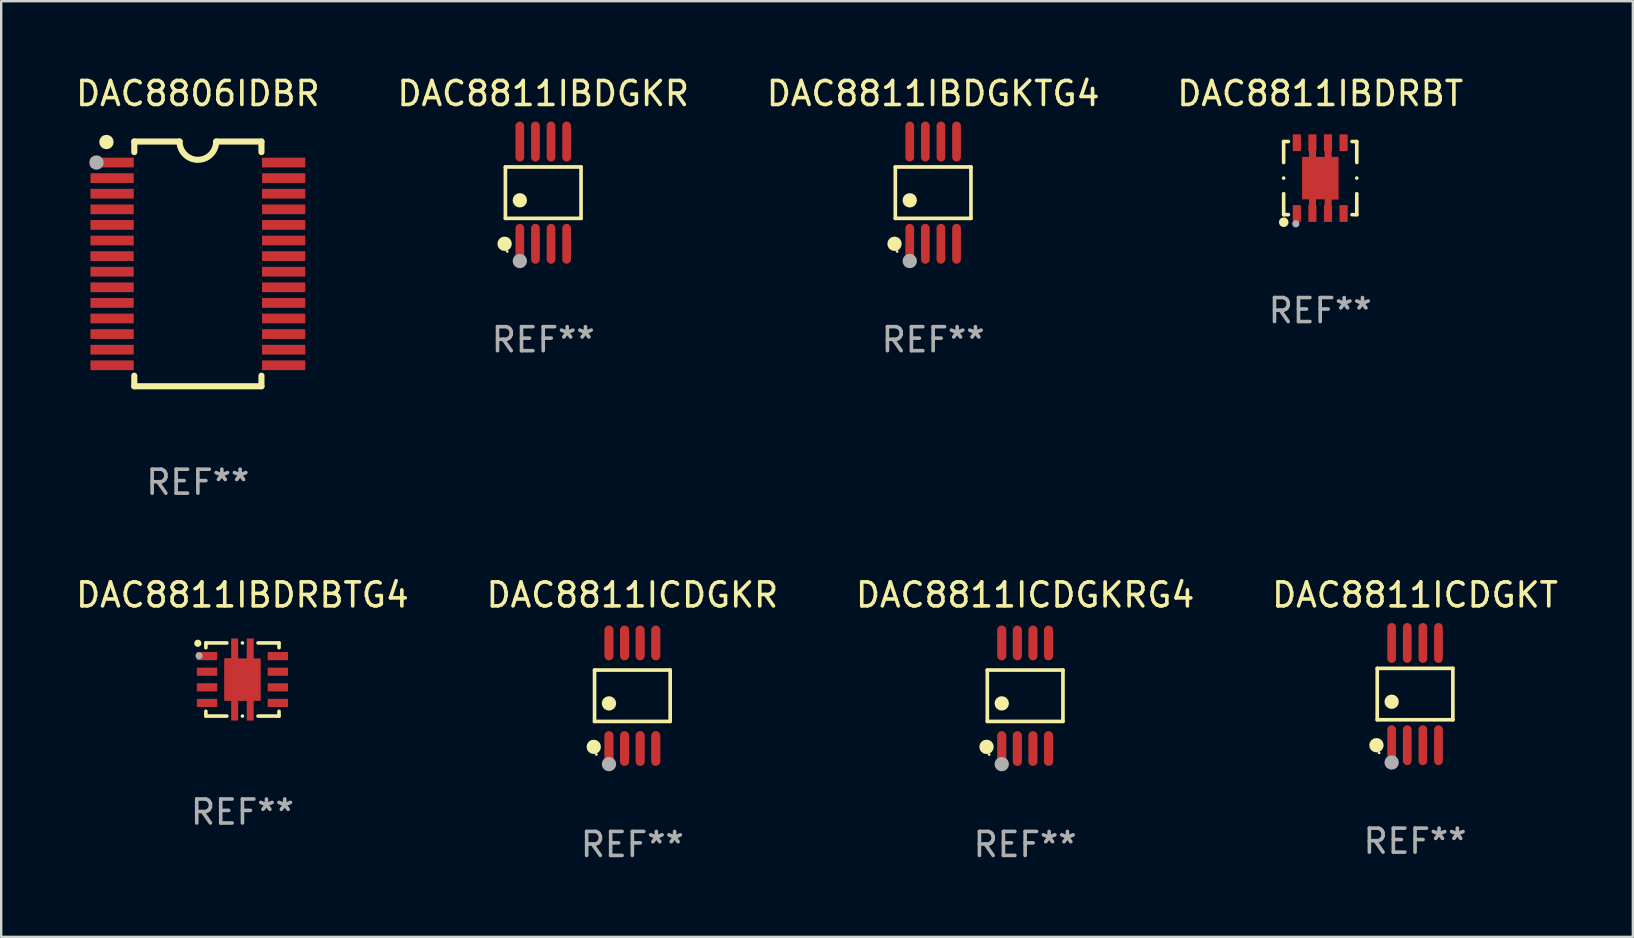
<source format=kicad_pcb>
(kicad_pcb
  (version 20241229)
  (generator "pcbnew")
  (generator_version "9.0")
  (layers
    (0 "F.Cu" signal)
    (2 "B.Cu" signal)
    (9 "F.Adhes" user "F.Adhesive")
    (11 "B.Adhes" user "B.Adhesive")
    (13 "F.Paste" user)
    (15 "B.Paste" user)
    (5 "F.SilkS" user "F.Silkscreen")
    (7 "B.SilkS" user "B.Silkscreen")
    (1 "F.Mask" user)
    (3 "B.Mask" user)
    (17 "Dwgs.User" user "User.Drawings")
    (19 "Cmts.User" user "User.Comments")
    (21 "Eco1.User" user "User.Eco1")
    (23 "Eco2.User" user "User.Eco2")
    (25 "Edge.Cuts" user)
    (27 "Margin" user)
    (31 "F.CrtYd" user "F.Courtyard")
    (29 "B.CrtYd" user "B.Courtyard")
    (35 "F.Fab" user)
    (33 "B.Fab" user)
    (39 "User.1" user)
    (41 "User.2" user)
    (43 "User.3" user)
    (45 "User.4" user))
  (footprint "DAC8811IBDRBT"
    (layer "F.Cu")
    (at 51.97 4.372)
    (property "Reference" "DAC8811IBDRBT" (at 0 -3.524 0) (layer "F.SilkS") (effects (font (size 1 1) (thickness 0.15))))
    (attr through_hole)
    (fp_line (start -1.524 -1.524) (end -1.524 -0.649) (stroke (width 0.15) (type solid)) (layer "F.SilkS"))
    (fp_line (start -1.524 -0.001) (end -1.524 0.001) (stroke (width 0.15) (type solid)) (layer "F.SilkS"))
    (fp_line (start -1.524 0.649) (end -1.524 1.524) (stroke (width 0.15) (type solid)) (layer "F.SilkS"))
    (fp_line (start -1.524 1.524) (end -1.325 1.524) (stroke (width 0.15) (type solid)) (layer "F.SilkS"))
    (fp_line (start -1.325 -1.524) (end -1.524 -1.524) (stroke (width 0.15) (type solid)) (layer "F.SilkS"))
    (fp_line (start 1.325 1.524) (end 1.524 1.524) (stroke (width 0.15) (type solid)) (layer "F.SilkS"))
    (fp_line (start 1.524 -1.524) (end 1.325 -1.524) (stroke (width 0.15) (type solid)) (layer "F.SilkS"))
    (fp_line (start 1.524 -0.649) (end 1.524 -1.524) (stroke (width 0.15) (type solid)) (layer "F.SilkS"))
    (fp_line (start 1.524 0.001) (end 1.524 -0.001) (stroke (width 0.15) (type solid)) (layer "F.SilkS"))
    (fp_line (start 1.524 1.524) (end 1.524 0.649) (stroke (width 0.15) (type solid)) (layer "F.SilkS"))
    (fp_circle (center -1.52 1.84) (end -1.42 1.84) (stroke (width 0.2) (type solid)) (fill no) (layer "F.SilkS"))
    (fp_circle (center -1.5 1.526) (end -1.47 1.526) (stroke (width 0.06) (type solid)) (fill no) (layer "F.SilkS"))
    (fp_circle (center -1.016 1.905) (end -0.941 1.905) (stroke (width 0.15) (type solid)) (fill no) (layer "F.Fab"))
    (fp_text user "REF**" (at 0 5.524 0) (layer "F.Fab") (effects (font (size 1 1) (thickness 0.15))))
    (pad "1" smd rect (at -0.975 1.476) (size 0.34 0.7) (layers "F.Cu" "F.Mask" "F.Paste"))
    (pad "2" smd rect (at -0.325 1.476) (size 0.34 0.7) (layers "F.Cu" "F.Mask" "F.Paste"))
    (pad "3" smd rect (at 0.325 1.476) (size 0.34 0.7) (layers "F.Cu" "F.Mask" "F.Paste"))
    (pad "4" smd rect (at 0.975 1.476) (size 0.34 0.7) (layers "F.Cu" "F.Mask" "F.Paste"))
    (pad "5" smd rect (at 0.975 -1.476 180) (size 0.34 0.7) (layers "F.Cu" "F.Mask" "F.Paste"))
    (pad "6" smd rect (at 0.325 -1.476 180) (size 0.34 0.7) (layers "F.Cu" "F.Mask" "F.Paste"))
    (pad "7" smd rect (at -0.325 -1.476 180) (size 0.34 0.7) (layers "F.Cu" "F.Mask" "F.Paste"))
    (pad "8" smd rect (at -0.975 -1.476 180) (size 0.34 0.7) (layers "F.Cu" "F.Mask" "F.Paste"))
    (pad "9" smd custom (at 0.005 0 90) (size 1.52 3.42) (layers "F.Cu" "F.Mask" "F.Paste") (options (anchor circle)) (primitives (gr_poly (pts (xy -0.895 0.76) (xy -0.895 0.47) (xy -1.715 0.47) (xy -1.715 0.18) (xy -0.885 0.18) (xy -0.885 -0.18) (xy -1.715 -0.18) (xy -1.715 -0.47) (xy -0.885 -0.47) (xy -0.885 -0.76) (xy 0.885 -0.76) (xy 0.885 -0.47) (xy 1.705 -0.47) (xy 1.705 -0.18) (xy 0.885 -0.18) (xy 0.885 0.18) (xy 1.705 0.18) (xy 1.705 0.47) (xy 0.885 0.47) (xy 0.885 0.76) (xy -0.895 0.76) (xy -0.895 0.76)) (width 0) (fill yes)))))
  (footprint "DAC8811ICDGKR"
    (layer "F.Cu")
    (at 23.304 25.945)
    (property "Reference" "DAC8811ICDGKR" (at 0 -4.2 0) (layer "F.SilkS") (effects (font (size 1 1) (thickness 0.15))))
    (attr through_hole)
    (fp_line (start -1.576 -1.071) (end 1.576 -1.071) (stroke (width 0.152) (type solid)) (layer "F.SilkS"))
    (fp_line (start -1.576 1.071) (end -1.576 -1.071) (stroke (width 0.152) (type solid)) (layer "F.SilkS"))
    (fp_line (start 1.576 -1.071) (end 1.576 1.071) (stroke (width 0.152) (type solid)) (layer "F.SilkS"))
    (fp_line (start 1.576 1.071) (end -1.576 1.071) (stroke (width 0.152) (type solid)) (layer "F.SilkS"))
    (fp_circle (center -1.609 2.131) (end -1.459 2.131) (stroke (width 0.3) (type solid)) (fill no) (layer "F.SilkS"))
    (fp_circle (center -1.5 2.45) (end -1.47 2.45) (stroke (width 0.06) (type solid)) (fill no) (layer "F.SilkS"))
    (fp_circle (center -0.975 0.319) (end -0.825 0.319) (stroke (width 0.3) (type solid)) (fill no) (layer "F.SilkS"))
    (fp_circle (center -0.975 2.85) (end -0.825 2.85) (stroke (width 0.3) (type solid)) (fill no) (layer "F.Fab"))
    (fp_text user "REF**" (at 0 6.2 0) (layer "F.Fab") (effects (font (size 1 1) (thickness 0.15))))
    (pad "1" smd oval (at -0.975 2.2) (size 0.38 1.45) (layers "F.Cu" "F.Mask" "F.Paste"))
    (pad "2" smd oval (at -0.325 2.2) (size 0.38 1.45) (layers "F.Cu" "F.Mask" "F.Paste"))
    (pad "3" smd oval (at 0.325 2.2) (size 0.38 1.45) (layers "F.Cu" "F.Mask" "F.Paste"))
    (pad "4" smd oval (at 0.975 2.2) (size 0.38 1.45) (layers "F.Cu" "F.Mask" "F.Paste"))
    (pad "5" smd oval (at 0.975 -2.2) (size 0.38 1.45) (layers "F.Cu" "F.Mask" "F.Paste"))
    (pad "6" smd oval (at 0.325 -2.2) (size 0.38 1.45) (layers "F.Cu" "F.Mask" "F.Paste"))
    (pad "7" smd oval (at -0.325 -2.2) (size 0.38 1.45) (layers "F.Cu" "F.Mask" "F.Paste"))
    (pad "8" smd oval (at -0.975 -2.2) (size 0.38 1.45) (layers "F.Cu" "F.Mask" "F.Paste")))
  (footprint "DAC8806IDBR"
    (layer "F.Cu")
    (at 5.196 7.948)
    (property "Reference" "DAC8806IDBR" (at 0 -7.1 0) (layer "F.SilkS") (effects (font (size 1 1) (thickness 0.15))))
    (attr through_hole)
    (fp_line (start -2.65 -5.1) (end -0.762 -5.1) (stroke (width 0.254) (type solid)) (layer "F.SilkS"))
    (fp_line (start -2.65 -4.658) (end -2.65 -5.1) (stroke (width 0.254) (type solid)) (layer "F.SilkS"))
    (fp_line (start -2.65 5.1) (end -2.65 4.658) (stroke (width 0.254) (type solid)) (layer "F.SilkS"))
    (fp_line (start -2.65 5.1) (end 2.65 5.1) (stroke (width 0.254) (type solid)) (layer "F.SilkS"))
    (fp_line (start 2.65 -5.1) (end 0.762 -5.1) (stroke (width 0.254) (type solid)) (layer "F.SilkS"))
    (fp_line (start 2.65 -5.1) (end 2.65 -4.658) (stroke (width 0.254) (type solid)) (layer "F.SilkS"))
    (fp_line (start 2.65 4.658) (end 2.65 5.1) (stroke (width 0.254) (type solid)) (layer "F.SilkS"))
    (fp_arc (start 0.761925 -5.1) (mid -0.000241 -4.338329) (end -0.762077 -5.10033) (stroke (width 0.254001) (type solid)) (layer "F.SilkS"))
    (fp_circle (center -3.858 -5.07) (end -3.828 -5.07) (stroke (width 0.06) (type solid)) (fill no) (layer "F.SilkS"))
    (fp_circle (center -3.81 -5.08) (end -3.66 -5.08) (stroke (width 0.3) (type solid)) (fill no) (layer "F.SilkS"))
    (fp_circle (center -4.225 -4.225) (end -4.075 -4.225) (stroke (width 0.3) (type solid)) (fill no) (layer "F.Fab"))
    (fp_text user "REF**" (at 0 9.1 0) (layer "F.Fab") (effects (font (size 1 1) (thickness 0.15))))
    (pad "1" smd rect (at -3.575 -4.225) (size 1.803 0.406) (layers "F.Cu" "F.Mask" "F.Paste"))
    (pad "2" smd rect (at -3.575 -3.575) (size 1.803 0.406) (layers "F.Cu" "F.Mask" "F.Paste"))
    (pad "3" smd rect (at -3.575 -2.925) (size 1.803 0.406) (layers "F.Cu" "F.Mask" "F.Paste"))
    (pad "4" smd rect (at -3.575 -2.275) (size 1.803 0.406) (layers "F.Cu" "F.Mask" "F.Paste"))
    (pad "5" smd rect (at -3.575 -1.625) (size 1.803 0.406) (layers "F.Cu" "F.Mask" "F.Paste"))
    (pad "6" smd rect (at -3.575 -0.975) (size 1.803 0.406) (layers "F.Cu" "F.Mask" "F.Paste"))
    (pad "7" smd rect (at -3.575 -0.325) (size 1.803 0.406) (layers "F.Cu" "F.Mask" "F.Paste"))
    (pad "8" smd rect (at -3.575 0.325) (size 1.803 0.406) (layers "F.Cu" "F.Mask" "F.Paste"))
    (pad "9" smd rect (at -3.575 0.975) (size 1.803 0.406) (layers "F.Cu" "F.Mask" "F.Paste"))
    (pad "10" smd rect (at -3.575 1.625) (size 1.803 0.406) (layers "F.Cu" "F.Mask" "F.Paste"))
    (pad "11" smd rect (at -3.575 2.275) (size 1.803 0.406) (layers "F.Cu" "F.Mask" "F.Paste"))
    (pad "12" smd rect (at -3.575 2.925) (size 1.803 0.406) (layers "F.Cu" "F.Mask" "F.Paste"))
    (pad "13" smd rect (at -3.575 3.575) (size 1.803 0.406) (layers "F.Cu" "F.Mask" "F.Paste"))
    (pad "14" smd rect (at -3.575 4.225) (size 1.803 0.406) (layers "F.Cu" "F.Mask" "F.Paste"))
    (pad "15" smd rect (at 3.575 4.225) (size 1.803 0.406) (layers "F.Cu" "F.Mask" "F.Paste"))
    (pad "16" smd rect (at 3.575 3.575) (size 1.803 0.406) (layers "F.Cu" "F.Mask" "F.Paste"))
    (pad "17" smd rect (at 3.575 2.925) (size 1.803 0.406) (layers "F.Cu" "F.Mask" "F.Paste"))
    (pad "18" smd rect (at 3.575 2.275) (size 1.803 0.406) (layers "F.Cu" "F.Mask" "F.Paste"))
    (pad "19" smd rect (at 3.575 1.625) (size 1.803 0.406) (layers "F.Cu" "F.Mask" "F.Paste"))
    (pad "20" smd rect (at 3.575 0.975) (size 1.803 0.406) (layers "F.Cu" "F.Mask" "F.Paste"))
    (pad "21" smd rect (at 3.575 0.325) (size 1.803 0.406) (layers "F.Cu" "F.Mask" "F.Paste"))
    (pad "22" smd rect (at 3.575 -0.325) (size 1.803 0.406) (layers "F.Cu" "F.Mask" "F.Paste"))
    (pad "23" smd rect (at 3.575 -0.975) (size 1.803 0.406) (layers "F.Cu" "F.Mask" "F.Paste"))
    (pad "24" smd rect (at 3.575 -1.625) (size 1.803 0.406) (layers "F.Cu" "F.Mask" "F.Paste"))
    (pad "25" smd rect (at 3.575 -2.275) (size 1.803 0.406) (layers "F.Cu" "F.Mask" "F.Paste"))
    (pad "26" smd rect (at 3.575 -2.925) (size 1.803 0.406) (layers "F.Cu" "F.Mask" "F.Paste"))
    (pad "27" smd rect (at 3.575 -3.575) (size 1.803 0.406) (layers "F.Cu" "F.Mask" "F.Paste"))
    (pad "28" smd rect (at 3.575 -4.225) (size 1.803 0.406) (layers "F.Cu" "F.Mask" "F.Paste")))
  (footprint "DAC8811IBDGKR"
    (layer "F.Cu")
    (at 19.589 4.979)
    (property "Reference" "DAC8811IBDGKR" (at 0 -4.131 0) (layer "F.SilkS") (effects (font (size 1 1) (thickness 0.15))))
    (attr through_hole)
    (fp_line (start -1.576 -1.071) (end 1.576 -1.071) (stroke (width 0.152) (type solid)) (layer "F.SilkS"))
    (fp_line (start -1.576 1.071) (end -1.576 -1.071) (stroke (width 0.152) (type solid)) (layer "F.SilkS"))
    (fp_line (start 1.576 -1.071) (end 1.576 1.071) (stroke (width 0.152) (type solid)) (layer "F.SilkS"))
    (fp_line (start 1.576 1.071) (end -1.576 1.071) (stroke (width 0.152) (type solid)) (layer "F.SilkS"))
    (fp_circle (center -1.609 2.131) (end -1.459 2.131) (stroke (width 0.3) (type solid)) (fill no) (layer "F.SilkS"))
    (fp_circle (center -1.5 2.45) (end -1.47 2.45) (stroke (width 0.06) (type solid)) (fill no) (layer "F.SilkS"))
    (fp_circle (center -0.975 0.319) (end -0.825 0.319) (stroke (width 0.3) (type solid)) (fill no) (layer "F.SilkS"))
    (fp_circle (center -0.975 2.85) (end -0.825 2.85) (stroke (width 0.3) (type solid)) (fill no) (layer "F.Fab"))
    (fp_text user "REF**" (at 0 6.131 0) (layer "F.Fab") (effects (font (size 1 1) (thickness 0.15))))
    (pad "1" smd oval (at -0.975 2.131) (size 0.364 1.662) (layers "F.Cu" "F.Mask" "F.Paste"))
    (pad "2" smd oval (at -0.325 2.131) (size 0.364 1.662) (layers "F.Cu" "F.Mask" "F.Paste"))
    (pad "3" smd oval (at 0.325 2.131) (size 0.364 1.662) (layers "F.Cu" "F.Mask" "F.Paste"))
    (pad "4" smd oval (at 0.975 2.131) (size 0.364 1.662) (layers "F.Cu" "F.Mask" "F.Paste"))
    (pad "5" smd oval (at 0.975 -2.131) (size 0.364 1.662) (layers "F.Cu" "F.Mask" "F.Paste"))
    (pad "6" smd oval (at 0.325 -2.131) (size 0.364 1.662) (layers "F.Cu" "F.Mask" "F.Paste"))
    (pad "7" smd oval (at -0.325 -2.131) (size 0.364 1.662) (layers "F.Cu" "F.Mask" "F.Paste"))
    (pad "8" smd oval (at -0.975 -2.131) (size 0.364 1.662) (layers "F.Cu" "F.Mask" "F.Paste")))
  (footprint "DAC8811IBDRBTG4"
    (layer "F.Cu")
    (at 7.054 25.269)
    (property "Reference" "DAC8811IBDRBTG4" (at 0 -3.524 0) (layer "F.SilkS") (effects (font (size 1 1) (thickness 0.15))))
    (attr through_hole)
    (fp_line (start -1.524 -1.524) (end -1.524 -1.325) (stroke (width 0.15) (type solid)) (layer "F.SilkS"))
    (fp_line (start -1.524 1.325) (end -1.524 1.524) (stroke (width 0.15) (type solid)) (layer "F.SilkS"))
    (fp_line (start -1.524 1.524) (end -0.649 1.524) (stroke (width 0.15) (type solid)) (layer "F.SilkS"))
    (fp_line (start -0.649 -1.524) (end -1.524 -1.524) (stroke (width 0.15) (type solid)) (layer "F.SilkS"))
    (fp_line (start -0.001 1.524) (end 0.001 1.524) (stroke (width 0.15) (type solid)) (layer "F.SilkS"))
    (fp_line (start 0.001 -1.524) (end -0.001 -1.524) (stroke (width 0.15) (type solid)) (layer "F.SilkS"))
    (fp_line (start 0.649 1.524) (end 1.524 1.524) (stroke (width 0.15) (type solid)) (layer "F.SilkS"))
    (fp_line (start 1.524 -1.524) (end 0.649 -1.524) (stroke (width 0.15) (type solid)) (layer "F.SilkS"))
    (fp_line (start 1.524 -1.325) (end 1.524 -1.524) (stroke (width 0.15) (type solid)) (layer "F.SilkS"))
    (fp_line (start 1.524 1.524) (end 1.524 1.325) (stroke (width 0.15) (type solid)) (layer "F.SilkS"))
    (fp_circle (center -1.86 -1.51) (end -1.785 -1.51) (stroke (width 0.15) (type solid)) (fill no) (layer "F.SilkS"))
    (fp_circle (center -1.477 -1.478) (end -1.447 -1.478) (stroke (width 0.06) (type solid)) (fill no) (layer "F.SilkS"))
    (fp_circle (center -1.808 -0.989) (end -1.733 -0.989) (stroke (width 0.15) (type solid)) (fill no) (layer "F.Fab"))
    (fp_text user "REF**" (at 0 5.524 0) (layer "F.Fab") (effects (font (size 1 1) (thickness 0.15))))
    (pad "1" smd rect (at -1.476 -0.975) (size 0.85 0.34) (layers "F.Cu" "F.Mask" "F.Paste"))
    (pad "2" smd rect (at -1.476 -0.325) (size 0.85 0.34) (layers "F.Cu" "F.Mask" "F.Paste"))
    (pad "3" smd rect (at -1.476 0.325) (size 0.85 0.34) (layers "F.Cu" "F.Mask" "F.Paste"))
    (pad "4" smd rect (at -1.476 0.975) (size 0.85 0.34) (layers "F.Cu" "F.Mask" "F.Paste"))
    (pad "5" smd rect (at 1.476 0.975) (size 0.85 0.34) (layers "F.Cu" "F.Mask" "F.Paste"))
    (pad "6" smd rect (at 1.476 0.325) (size 0.85 0.34) (layers "F.Cu" "F.Mask" "F.Paste"))
    (pad "7" smd rect (at 1.476 -0.325) (size 0.85 0.34) (layers "F.Cu" "F.Mask" "F.Paste"))
    (pad "8" smd rect (at 1.476 -0.975) (size 0.85 0.34) (layers "F.Cu" "F.Mask" "F.Paste"))
    (pad "9" smd custom (at -0.000025 0.005) (size 1.52 3.42) (layers "F.Cu" "F.Mask" "F.Paste") (options (anchor circle)) (primitives (gr_poly (pts (xy -0.76 -0.895) (xy -0.47 -0.895) (xy -0.47 -1.715) (xy -0.18 -1.715) (xy -0.18 -0.885) (xy 0.18 -0.885) (xy 0.18 -1.715) (xy 0.47 -1.715) (xy 0.47 -0.885) (xy 0.76 -0.885) (xy 0.76 0.885) (xy 0.47 0.885) (xy 0.47 1.705) (xy 0.18 1.705) (xy 0.18 0.885) (xy -0.18 0.885) (xy -0.18 1.705) (xy -0.47 1.705) (xy -0.47 0.885) (xy -0.76 0.885) (xy -0.76 -0.895) (xy -0.76 -0.895)) (width 0) (fill yes)))))
  (footprint "DAC8811ICDGKT"
    (layer "F.Cu")
    (at 55.923 25.876)
    (property "Reference" "DAC8811ICDGKT" (at 0 -4.131 0) (layer "F.SilkS") (effects (font (size 1 1) (thickness 0.15))))
    (attr through_hole)
    (fp_line (start -1.576 -1.071) (end 1.576 -1.071) (stroke (width 0.152) (type solid)) (layer "F.SilkS"))
    (fp_line (start -1.576 1.071) (end -1.576 -1.071) (stroke (width 0.152) (type solid)) (layer "F.SilkS"))
    (fp_line (start 1.576 -1.071) (end 1.576 1.071) (stroke (width 0.152) (type solid)) (layer "F.SilkS"))
    (fp_line (start 1.576 1.071) (end -1.576 1.071) (stroke (width 0.152) (type solid)) (layer "F.SilkS"))
    (fp_circle (center -1.609 2.131) (end -1.459 2.131) (stroke (width 0.3) (type solid)) (fill no) (layer "F.SilkS"))
    (fp_circle (center -1.5 2.45) (end -1.47 2.45) (stroke (width 0.06) (type solid)) (fill no) (layer "F.SilkS"))
    (fp_circle (center -0.975 0.319) (end -0.825 0.319) (stroke (width 0.3) (type solid)) (fill no) (layer "F.SilkS"))
    (fp_circle (center -0.975 2.85) (end -0.825 2.85) (stroke (width 0.3) (type solid)) (fill no) (layer "F.Fab"))
    (fp_text user "REF**" (at 0 6.131 0) (layer "F.Fab") (effects (font (size 1 1) (thickness 0.15))))
    (pad "1" smd oval (at -0.975 2.131) (size 0.364 1.662) (layers "F.Cu" "F.Mask" "F.Paste"))
    (pad "2" smd oval (at -0.325 2.131) (size 0.364 1.662) (layers "F.Cu" "F.Mask" "F.Paste"))
    (pad "3" smd oval (at 0.325 2.131) (size 0.364 1.662) (layers "F.Cu" "F.Mask" "F.Paste"))
    (pad "4" smd oval (at 0.975 2.131) (size 0.364 1.662) (layers "F.Cu" "F.Mask" "F.Paste"))
    (pad "5" smd oval (at 0.975 -2.131) (size 0.364 1.662) (layers "F.Cu" "F.Mask" "F.Paste"))
    (pad "6" smd oval (at 0.325 -2.131) (size 0.364 1.662) (layers "F.Cu" "F.Mask" "F.Paste"))
    (pad "7" smd oval (at -0.325 -2.131) (size 0.364 1.662) (layers "F.Cu" "F.Mask" "F.Paste"))
    (pad "8" smd oval (at -0.975 -2.131) (size 0.364 1.662) (layers "F.Cu" "F.Mask" "F.Paste")))
  (footprint "DAC8811IBDGKTG4"
    (layer "F.Cu")
    (at 35.839 4.979)
    (property "Reference" "DAC8811IBDGKTG4" (at 0 -4.131 0) (layer "F.SilkS") (effects (font (size 1 1) (thickness 0.15))))
    (attr through_hole)
    (fp_line (start -1.576 -1.071) (end 1.576 -1.071) (stroke (width 0.152) (type solid)) (layer "F.SilkS"))
    (fp_line (start -1.576 1.071) (end -1.576 -1.071) (stroke (width 0.152) (type solid)) (layer "F.SilkS"))
    (fp_line (start 1.576 -1.071) (end 1.576 1.071) (stroke (width 0.152) (type solid)) (layer "F.SilkS"))
    (fp_line (start 1.576 1.071) (end -1.576 1.071) (stroke (width 0.152) (type solid)) (layer "F.SilkS"))
    (fp_circle (center -1.609 2.131) (end -1.459 2.131) (stroke (width 0.3) (type solid)) (fill no) (layer "F.SilkS"))
    (fp_circle (center -1.5 2.45) (end -1.47 2.45) (stroke (width 0.06) (type solid)) (fill no) (layer "F.SilkS"))
    (fp_circle (center -0.975 0.319) (end -0.825 0.319) (stroke (width 0.3) (type solid)) (fill no) (layer "F.SilkS"))
    (fp_circle (center -0.975 2.85) (end -0.825 2.85) (stroke (width 0.3) (type solid)) (fill no) (layer "F.Fab"))
    (fp_text user "REF**" (at 0 6.131 0) (layer "F.Fab") (effects (font (size 1 1) (thickness 0.15))))
    (pad "1" smd oval (at -0.975 2.131) (size 0.364 1.662) (layers "F.Cu" "F.Mask" "F.Paste"))
    (pad "2" smd oval (at -0.325 2.131) (size 0.364 1.662) (layers "F.Cu" "F.Mask" "F.Paste"))
    (pad "3" smd oval (at 0.325 2.131) (size 0.364 1.662) (layers "F.Cu" "F.Mask" "F.Paste"))
    (pad "4" smd oval (at 0.975 2.131) (size 0.364 1.662) (layers "F.Cu" "F.Mask" "F.Paste"))
    (pad "5" smd oval (at 0.975 -2.131) (size 0.364 1.662) (layers "F.Cu" "F.Mask" "F.Paste"))
    (pad "6" smd oval (at 0.325 -2.131) (size 0.364 1.662) (layers "F.Cu" "F.Mask" "F.Paste"))
    (pad "7" smd oval (at -0.325 -2.131) (size 0.364 1.662) (layers "F.Cu" "F.Mask" "F.Paste"))
    (pad "8" smd oval (at -0.975 -2.131) (size 0.364 1.662) (layers "F.Cu" "F.Mask" "F.Paste")))
  (footprint "DAC8811ICDGKRG4"
    (layer "F.Cu")
    (at 39.673 25.945)
    (property "Reference" "DAC8811ICDGKRG4" (at 0 -4.2 0) (layer "F.SilkS") (effects (font (size 1 1) (thickness 0.15))))
    (attr through_hole)
    (fp_line (start -1.576 -1.071) (end 1.576 -1.071) (stroke (width 0.152) (type solid)) (layer "F.SilkS"))
    (fp_line (start -1.576 1.071) (end -1.576 -1.071) (stroke (width 0.152) (type solid)) (layer "F.SilkS"))
    (fp_line (start 1.576 -1.071) (end 1.576 1.071) (stroke (width 0.152) (type solid)) (layer "F.SilkS"))
    (fp_line (start 1.576 1.071) (end -1.576 1.071) (stroke (width 0.152) (type solid)) (layer "F.SilkS"))
    (fp_circle (center -1.609 2.131) (end -1.459 2.131) (stroke (width 0.3) (type solid)) (fill no) (layer "F.SilkS"))
    (fp_circle (center -1.5 2.45) (end -1.47 2.45) (stroke (width 0.06) (type solid)) (fill no) (layer "F.SilkS"))
    (fp_circle (center -0.975 0.319) (end -0.825 0.319) (stroke (width 0.3) (type solid)) (fill no) (layer "F.SilkS"))
    (fp_circle (center -0.975 2.85) (end -0.825 2.85) (stroke (width 0.3) (type solid)) (fill no) (layer "F.Fab"))
    (fp_text user "REF**" (at 0 6.2 0) (layer "F.Fab") (effects (font (size 1 1) (thickness 0.15))))
    (pad "1" smd oval (at -0.975 2.2) (size 0.38 1.45) (layers "F.Cu" "F.Mask" "F.Paste"))
    (pad "2" smd oval (at -0.325 2.2) (size 0.38 1.45) (layers "F.Cu" "F.Mask" "F.Paste"))
    (pad "3" smd oval (at 0.325 2.2) (size 0.38 1.45) (layers "F.Cu" "F.Mask" "F.Paste"))
    (pad "4" smd oval (at 0.975 2.2) (size 0.38 1.45) (layers "F.Cu" "F.Mask" "F.Paste"))
    (pad "5" smd oval (at 0.975 -2.2) (size 0.38 1.45) (layers "F.Cu" "F.Mask" "F.Paste"))
    (pad "6" smd oval (at 0.325 -2.2) (size 0.38 1.45) (layers "F.Cu" "F.Mask" "F.Paste"))
    (pad "7" smd oval (at -0.325 -2.2) (size 0.38 1.45) (layers "F.Cu" "F.Mask" "F.Paste"))
    (pad "8" smd oval (at -0.975 -2.2) (size 0.38 1.45) (layers "F.Cu" "F.Mask" "F.Paste")))
  (gr_rect
    (start -3 -3)
    (end 65 35.993)
    (stroke (width 0.1) (type default))
    (fill no)
    (layer "Edge.Cuts")))
</source>
